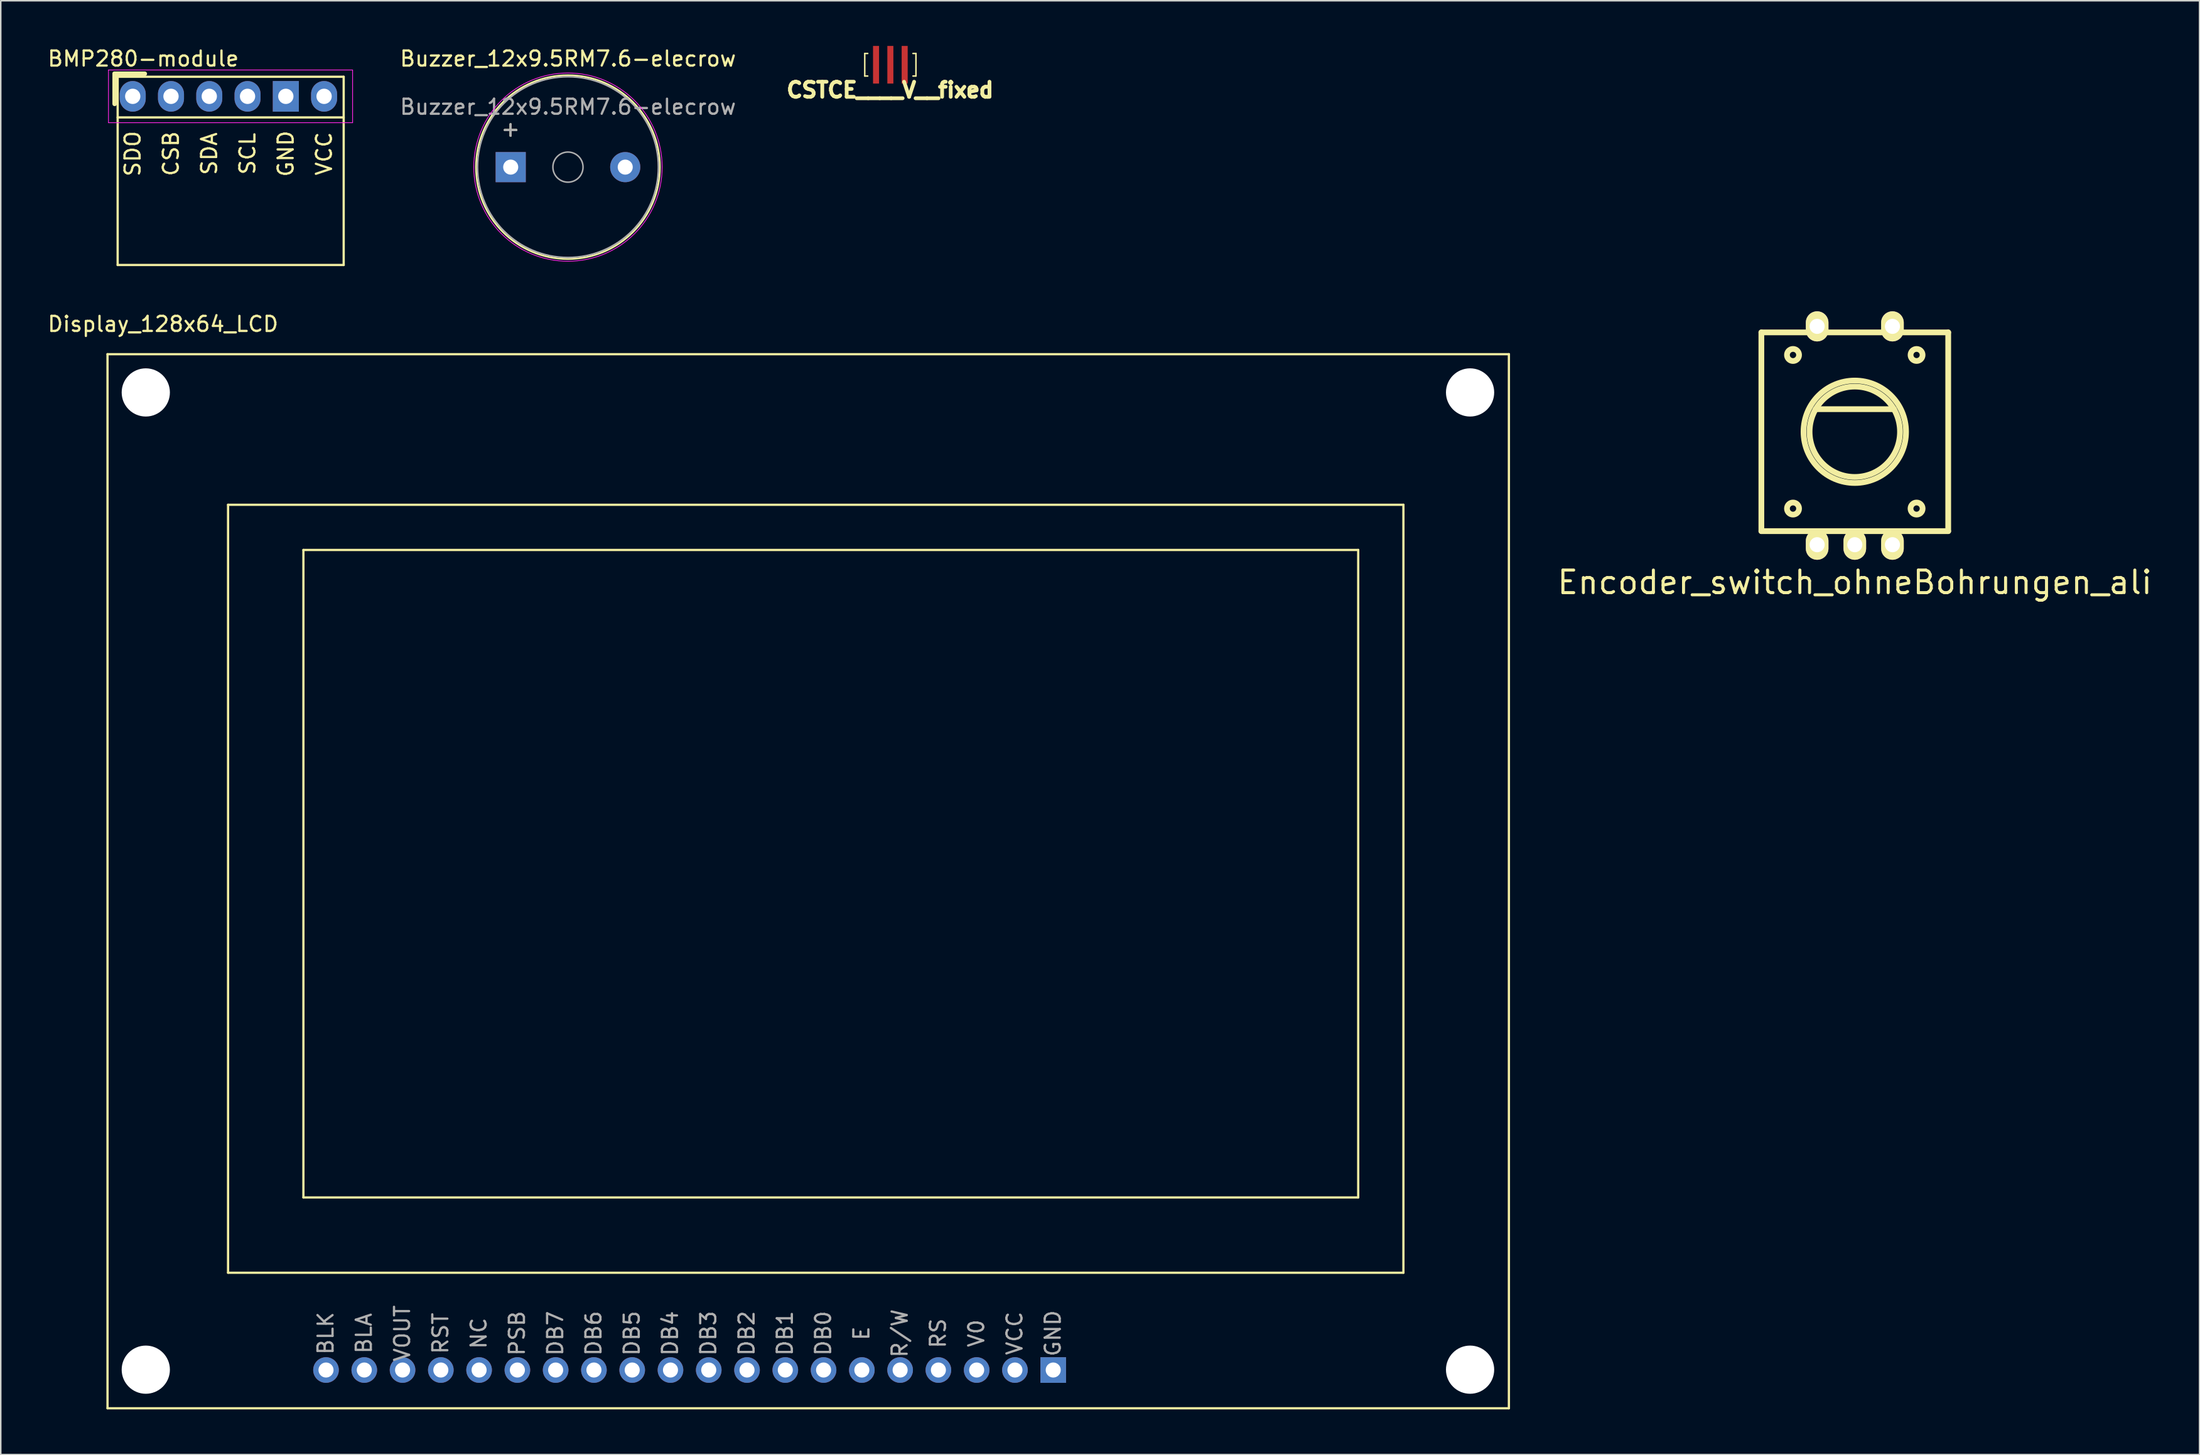
<source format=kicad_pcb>
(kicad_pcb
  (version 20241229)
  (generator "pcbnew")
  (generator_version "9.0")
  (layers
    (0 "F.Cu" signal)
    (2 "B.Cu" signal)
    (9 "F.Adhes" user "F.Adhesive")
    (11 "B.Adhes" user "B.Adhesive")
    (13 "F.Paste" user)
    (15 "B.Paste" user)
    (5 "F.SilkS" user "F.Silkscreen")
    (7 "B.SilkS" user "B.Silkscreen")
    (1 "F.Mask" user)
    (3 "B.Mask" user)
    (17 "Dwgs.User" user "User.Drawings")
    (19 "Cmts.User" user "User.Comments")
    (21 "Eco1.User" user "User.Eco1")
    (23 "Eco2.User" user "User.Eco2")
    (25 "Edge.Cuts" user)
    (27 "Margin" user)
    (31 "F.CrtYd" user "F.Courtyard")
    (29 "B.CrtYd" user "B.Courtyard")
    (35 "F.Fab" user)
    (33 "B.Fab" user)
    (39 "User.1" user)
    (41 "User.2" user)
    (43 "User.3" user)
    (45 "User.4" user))
  (footprint "CSTCE____V__fixed"
    (layer "F.Cu")
    (at 56.037 1.25)
    (property "Reference" "CSTCE____V__fixed" (at -0.018 1.679 0) (layer "F.SilkS") (effects (font (size 1 1) (thickness 0.25))))
    (attr through_hole)
    (fp_line (start -1.699 0.749) (end -1.699 -0.749) (stroke (width 0.099) (type solid)) (layer "F.SilkS"))
    (fp_line (start -1.501 -0.749) (end -1.699 -0.749) (stroke (width 0.099) (type solid)) (layer "F.SilkS"))
    (fp_line (start -1.501 0.749) (end -1.699 0.749) (stroke (width 0.099) (type solid)) (layer "F.SilkS"))
    (fp_line (start 1.501 -0.749) (end 1.699 -0.749) (stroke (width 0.099) (type solid)) (layer "F.SilkS"))
    (fp_line (start 1.501 0.749) (end 1.699 0.749) (stroke (width 0.099) (type solid)) (layer "F.SilkS"))
    (fp_line (start 1.699 -0.749) (end 1.699 0.749) (stroke (width 0.099) (type solid)) (layer "F.SilkS"))
    (pad "1" smd rect (at -0.95 0) (size 0.4 2.5) (layers "F.Cu" "F.Mask" "F.Paste"))
    (pad "2" smd rect (at 0.95 0) (size 0.4 2.5) (layers "F.Cu" "F.Mask" "F.Paste"))
    (pad "3" smd rect (at 0 0) (size 0.4 2.5) (layers "F.Cu" "F.Mask" "F.Paste")))
  (footprint "BMP280-module"
    (layer "F.Cu")
    (at 5.758 3.348)
    (property "Reference" "BMP280-module" (at 0.7 -2.5 0) (layer "F.SilkS") (effects (font (size 1 1) (thickness 0.15))))
    (attr through_hole)
    (fp_line (start -1.2 -1.5) (end -1.2 0.5) (stroke (width 0.3) (type solid)) (layer "F.SilkS"))
    (fp_line (start -1.2 -1.5) (end 0.8 -1.5) (stroke (width 0.3) (type solid)) (layer "F.SilkS"))
    (fp_line (start -1 -1.3) (end -1 11.2) (stroke (width 0.15) (type solid)) (layer "F.SilkS"))
    (fp_line (start -1 1.4) (end 14 1.4) (stroke (width 0.15) (type solid)) (layer "F.SilkS"))
    (fp_line (start -1 11.2) (end 14 11.2) (stroke (width 0.15) (type solid)) (layer "F.SilkS"))
    (fp_line (start 14 -1.3) (end -1 -1.3) (stroke (width 0.15) (type solid)) (layer "F.SilkS"))
    (fp_line (start 14 11.2) (end 14 -1.3) (stroke (width 0.15) (type solid)) (layer "F.SilkS"))
    (fp_line (start -1.609 -1.75) (end 14.591 -1.75) (stroke (width 0.05) (type solid)) (layer "F.CrtYd"))
    (fp_line (start -1.609 1.75) (end -1.609 -1.75) (stroke (width 0.05) (type solid)) (layer "F.CrtYd"))
    (fp_line (start -1.609 1.75) (end 14.591 1.75) (stroke (width 0.05) (type solid)) (layer "F.CrtYd"))
    (fp_line (start 14.591 1.75) (end 14.591 -1.75) (stroke (width 0.05) (type solid)) (layer "F.CrtYd"))
    (fp_text user "GND" (at 10.16 3.81 90) (layer "F.SilkS") (effects (font (size 1 1) (thickness 0.15))))
    (fp_text user "VCC" (at 12.7 3.81 90) (layer "F.SilkS") (effects (font (size 1 1) (thickness 0.15))))
    (fp_text user "SDA" (at 5.08 3.81 90) (layer "F.SilkS") (effects (font (size 1 1) (thickness 0.15))))
    (fp_text user "CSB" (at 2.54 3.81 90) (layer "F.SilkS") (effects (font (size 1 1) (thickness 0.15))))
    (fp_text user "SCL" (at 7.62 3.81 90) (layer "F.SilkS") (effects (font (size 1 1) (thickness 0.15))))
    (fp_text user "SDO" (at 0 3.81 90) (layer "F.SilkS") (effects (font (size 1 1) (thickness 0.15))))
    (pad "1" thru_hole oval (at 0 0 90) (size 2.032 1.727) (drill 1.016) (layers "*.Cu" "*.Mask"))
    (pad "2" thru_hole oval (at 2.54 0 90) (size 2.032 1.727) (drill 1.016) (layers "*.Cu" "*.Mask"))
    (pad "3" thru_hole oval (at 5.08 0 90) (size 2.032 1.727) (drill 1.016) (layers "*.Cu" "*.Mask"))
    (pad "4" thru_hole oval (at 7.62 0 90) (size 2.032 1.727) (drill 1.016) (layers "*.Cu" "*.Mask"))
    (pad "5" thru_hole rect (at 10.16 0 90) (size 2.032 1.727) (drill 1.016) (layers "*.Cu" "*.Mask"))
    (pad "6" thru_hole oval (at 12.7 0 90) (size 2.032 1.727) (drill 1.016) (layers "*.Cu" "*.Mask")))
  (footprint "Display_128x64_LCD"
    (layer "F.Cu")
    (at 4.085 20.471)
    (property "Reference" "Display_128x64_LCD" (at 3.683 -2 0) (layer "F.SilkS") (effects (font (size 1 1) (thickness 0.15))))
    (attr through_hole)
    (fp_line (start 0 0) (end 93 0) (stroke (width 0.15) (type solid)) (layer "F.SilkS"))
    (fp_line (start 0 70) (end 0 0) (stroke (width 0.15) (type solid)) (layer "F.SilkS"))
    (fp_line (start 8 10) (end 86 10) (stroke (width 0.15) (type solid)) (layer "F.SilkS"))
    (fp_line (start 8 61) (end 8 10) (stroke (width 0.15) (type solid)) (layer "F.SilkS"))
    (fp_line (start 13 13) (end 13 56) (stroke (width 0.15) (type solid)) (layer "F.SilkS"))
    (fp_line (start 13 13) (end 83 13) (stroke (width 0.15) (type solid)) (layer "F.SilkS"))
    (fp_line (start 83 13) (end 83 56) (stroke (width 0.15) (type solid)) (layer "F.SilkS"))
    (fp_line (start 83 56) (end 13 56) (stroke (width 0.15) (type solid)) (layer "F.SilkS"))
    (fp_line (start 86 10) (end 86 61) (stroke (width 0.15) (type solid)) (layer "F.SilkS"))
    (fp_line (start 86 61) (end 8 61) (stroke (width 0.15) (type solid)) (layer "F.SilkS"))
    (fp_line (start 93 0) (end 93 70) (stroke (width 0.15) (type solid)) (layer "F.SilkS"))
    (fp_line (start 93 70) (end 0 70) (stroke (width 0.15) (type solid)) (layer "F.SilkS"))
    (fp_text user "GND" (at 62.738 65.024 90) (layer "F.Fab") (effects (font (size 1 1) (thickness 0.15))))
    (fp_text user "DB5" (at 34.798 65.024 90) (layer "F.Fab") (effects (font (size 1 1) (thickness 0.15))))
    (fp_text user "VOUT" (at 19.558 65.024 90) (layer "F.Fab") (effects (font (size 1 1) (thickness 0.15))))
    (fp_text user "DB6" (at 32.258 65.024 90) (layer "F.Fab") (effects (font (size 1 1) (thickness 0.15))))
    (fp_text user "E" (at 50.038 65.024 90) (layer "F.Fab") (effects (font (size 1 1) (thickness 0.15))))
    (fp_text user "BLA" (at 17.018 65.024 90) (layer "F.Fab") (effects (font (size 1 1) (thickness 0.15))))
    (fp_text user "DB3" (at 39.878 65.024 90) (layer "F.Fab") (effects (font (size 1 1) (thickness 0.15))))
    (fp_text user "PSB" (at 27.178 65.024 90) (layer "F.Fab") (effects (font (size 1 1) (thickness 0.15))))
    (fp_text user "DB7" (at 29.718 65.024 90) (layer "F.Fab") (effects (font (size 1 1) (thickness 0.15))))
    (fp_text user "DB0" (at 47.498 65.024 90) (layer "F.Fab") (effects (font (size 1 1) (thickness 0.15))))
    (fp_text user "DB1" (at 44.958 65.024 90) (layer "F.Fab") (effects (font (size 1 1) (thickness 0.15))))
    (fp_text user "R/W" (at 52.578 65.024 90) (layer "F.Fab") (effects (font (size 1 1) (thickness 0.15))))
    (fp_text user "RS" (at 55.118 65.024 90) (layer "F.Fab") (effects (font (size 1 1) (thickness 0.15))))
    (fp_text user "DB2" (at 42.418 65.024 90) (layer "F.Fab") (effects (font (size 1 1) (thickness 0.15))))
    (fp_text user "NC" (at 24.638 65.024 90) (layer "F.Fab") (effects (font (size 1 1) (thickness 0.15))))
    (fp_text user "BLK" (at 14.478 65.024 90) (layer "F.Fab") (effects (font (size 1 1) (thickness 0.15))))
    (fp_text user "VCC" (at 60.198 65.024 90) (layer "F.Fab") (effects (font (size 1 1) (thickness 0.15))))
    (fp_text user "RST" (at 22.098 65.024 90) (layer "F.Fab") (effects (font (size 1 1) (thickness 0.15))))
    (fp_text user "DB4" (at 37.338 65.024 90) (layer "F.Fab") (effects (font (size 1 1) (thickness 0.15))))
    (fp_text user "V0" (at 57.658 65.024 90) (layer "F.Fab") (effects (font (size 1 1) (thickness 0.15))))
    (pad "" np_thru_hole circle (at 2.54 2.54) (size 3.2 3.2) (drill 3.2) (layers "*.Cu" "*.Mask"))
    (pad "" np_thru_hole circle (at 2.54 67.437) (size 3.2 3.2) (drill 3.2) (layers "*.Cu" "*.Mask"))
    (pad "" np_thru_hole circle (at 90.424 2.54) (size 3.2 3.2) (drill 3.2) (layers "*.Cu" "*.Mask"))
    (pad "" np_thru_hole circle (at 90.424 67.437) (size 3.2 3.2) (drill 3.2) (layers "*.Cu" "*.Mask"))
    (pad "1" thru_hole rect (at 62.76 67.46) (size 1.7 1.7) (drill 1) (layers "*.Cu" "*.Mask"))
    (pad "2" thru_hole circle (at 60.22 67.46) (size 1.7 1.7) (drill 1) (layers "*.Cu" "*.Mask"))
    (pad "3" thru_hole circle (at 57.68 67.46) (size 1.7 1.7) (drill 1) (layers "*.Cu" "*.Mask"))
    (pad "4" thru_hole circle (at 55.14 67.46) (size 1.7 1.7) (drill 1) (layers "*.Cu" "*.Mask"))
    (pad "5" thru_hole circle (at 52.6 67.46) (size 1.7 1.7) (drill 1) (layers "*.Cu" "*.Mask"))
    (pad "6" thru_hole circle (at 50.06 67.46) (size 1.7 1.7) (drill 1) (layers "*.Cu" "*.Mask"))
    (pad "7" thru_hole circle (at 47.52 67.46) (size 1.7 1.7) (drill 1) (layers "*.Cu" "*.Mask"))
    (pad "8" thru_hole circle (at 44.98 67.46) (size 1.7 1.7) (drill 1) (layers "*.Cu" "*.Mask"))
    (pad "9" thru_hole circle (at 42.44 67.46) (size 1.7 1.7) (drill 1) (layers "*.Cu" "*.Mask"))
    (pad "10" thru_hole circle (at 39.9 67.46) (size 1.7 1.7) (drill 1) (layers "*.Cu" "*.Mask"))
    (pad "11" thru_hole circle (at 37.36 67.46) (size 1.7 1.7) (drill 1) (layers "*.Cu" "*.Mask"))
    (pad "12" thru_hole circle (at 34.82 67.46) (size 1.7 1.7) (drill 1) (layers "*.Cu" "*.Mask"))
    (pad "13" thru_hole circle (at 32.28 67.46) (size 1.7 1.7) (drill 1) (layers "*.Cu" "*.Mask"))
    (pad "14" thru_hole circle (at 29.74 67.46) (size 1.7 1.7) (drill 1) (layers "*.Cu" "*.Mask"))
    (pad "15" thru_hole circle (at 27.2 67.46) (size 1.7 1.7) (drill 1) (layers "*.Cu" "*.Mask"))
    (pad "16" thru_hole circle (at 24.66 67.46) (size 1.7 1.7) (drill 1) (layers "*.Cu" "*.Mask"))
    (pad "17" thru_hole circle (at 22.12 67.46) (size 1.7 1.7) (drill 1) (layers "*.Cu" "*.Mask"))
    (pad "18" thru_hole circle (at 19.58 67.46) (size 1.7 1.7) (drill 1) (layers "*.Cu" "*.Mask"))
    (pad "19" thru_hole circle (at 17.04 67.46) (size 1.7 1.7) (drill 1) (layers "*.Cu" "*.Mask"))
    (pad "20" thru_hole circle (at 14.5 67.46) (size 1.7 1.7) (drill 1) (layers "*.Cu" "*.Mask")))
  (footprint "Buzzer_12x9.5RM7.6-elecrow"
    (layer "F.Cu")
    (at 30.842 8.048)
    (property "Reference" "Buzzer_12x9.5RM7.6-elecrow" (at 3.8 -7.2 0) (layer "F.SilkS") (effects (font (size 1 1) (thickness 0.15))))
    (attr through_hole)
    (fp_circle (center 3.8 0) (end 9.9 0) (stroke (width 0.12) (type solid)) (fill no) (layer "F.SilkS"))
    (fp_circle (center 3.8 0) (end 10.05 0) (stroke (width 0.05) (type solid)) (fill no) (layer "F.CrtYd"))
    (fp_circle (center 3.8 0) (end 4.8 0) (stroke (width 0.1) (type solid)) (fill no) (layer "F.Fab"))
    (fp_circle (center 3.8 0) (end 9.8 0) (stroke (width 0.1) (type solid)) (fill no) (layer "F.Fab"))
    (fp_text user "+" (at -0.01 -2.54 0) (layer "F.SilkS") (effects (font (size 1 1) (thickness 0.15))))
    (fp_text user "+" (at -0.01 -2.54 0) (layer "F.Fab") (effects (font (size 1 1) (thickness 0.15))))
    (fp_text user "${REFERENCE}" (at 3.8 -4 0) (layer "F.Fab") (effects (font (size 1 1) (thickness 0.15))))
    (pad "1" thru_hole rect (at 0 0) (size 2 2) (drill 1) (layers "*.Cu" "*.Mask"))
    (pad "2" thru_hole circle (at 7.6 0) (size 2 2) (drill 1) (layers "*.Cu" "*.Mask")))
  (footprint "Encoder_switch_ohneBohrungen_ali"
    (placed yes)
    (layer "F.Cu")
    (at 120.04 25.623)
    (property "Reference" "Encoder_switch_ohneBohrungen_ali" (at 0 10 0) (layer "F.SilkS") (effects (font (size 1.501 1.501) (thickness 0.201))))
    (attr through_hole)
    (fp_line (start -6.2 -6.599) (end -6.2 6.599) (stroke (width 0.381) (type solid)) (layer "F.SilkS"))
    (fp_line (start -6.2 6.599) (end 6.2 6.599) (stroke (width 0.381) (type solid)) (layer "F.SilkS"))
    (fp_line (start -2.601 -1.501) (end 2.601 -1.501) (stroke (width 0.381) (type solid)) (layer "F.SilkS"))
    (fp_line (start 6.2 -6.599) (end -6.2 -6.599) (stroke (width 0.381) (type solid)) (layer "F.SilkS"))
    (fp_line (start 6.2 6.599) (end 6.2 -6.599) (stroke (width 0.381) (type solid)) (layer "F.SilkS"))
    (fp_circle (center -4.1 -5.1) (end -4.501 -5.1) (stroke (width 0.381) (type solid)) (fill no) (layer "F.SilkS"))
    (fp_circle (center -4.1 5.1) (end -4.501 5.1) (stroke (width 0.381) (type solid)) (fill no) (layer "F.SilkS"))
    (fp_circle (center 0 0) (end -3.401 0) (stroke (width 0.381) (type solid)) (fill no) (layer "F.SilkS"))
    (fp_circle (center 0 0) (end -3 0) (stroke (width 0.381) (type solid)) (fill no) (layer "F.SilkS"))
    (fp_circle (center 4.1 -5.1) (end 3.701 -5.1) (stroke (width 0.381) (type solid)) (fill no) (layer "F.SilkS"))
    (fp_circle (center 4.1 5.1) (end 4.501 5.1) (stroke (width 0.381) (type solid)) (fill no) (layer "F.SilkS"))
    (pad "1" thru_hole oval (at -2.499 7.501) (size 1.501 1.999) (drill 1.001) (layers "*.Cu" "*.Mask" "F.SilkS"))
    (pad "2" thru_hole oval (at 0 7.501) (size 1.501 1.999) (drill 1.001) (layers "*.Cu" "*.Mask" "F.SilkS"))
    (pad "3" thru_hole oval (at 2.499 7.501) (size 1.501 1.999) (drill 1.001) (layers "*.Cu" "*.Mask" "F.SilkS"))
    (pad "4" thru_hole oval (at 2.499 -7) (size 1.501 1.999) (drill 1.001) (layers "*.Cu" "*.Mask" "F.SilkS"))
    (pad "5" thru_hole oval (at -2.499 -7) (size 1.501 1.999) (drill 1.001) (layers "*.Cu" "*.Mask" "F.SilkS")))
  (gr_rect
    (start -3 -3)
    (end 142.92 93.546)
    (stroke (width 0.1) (type default))
    (fill no)
    (layer "Edge.Cuts")))
</source>
